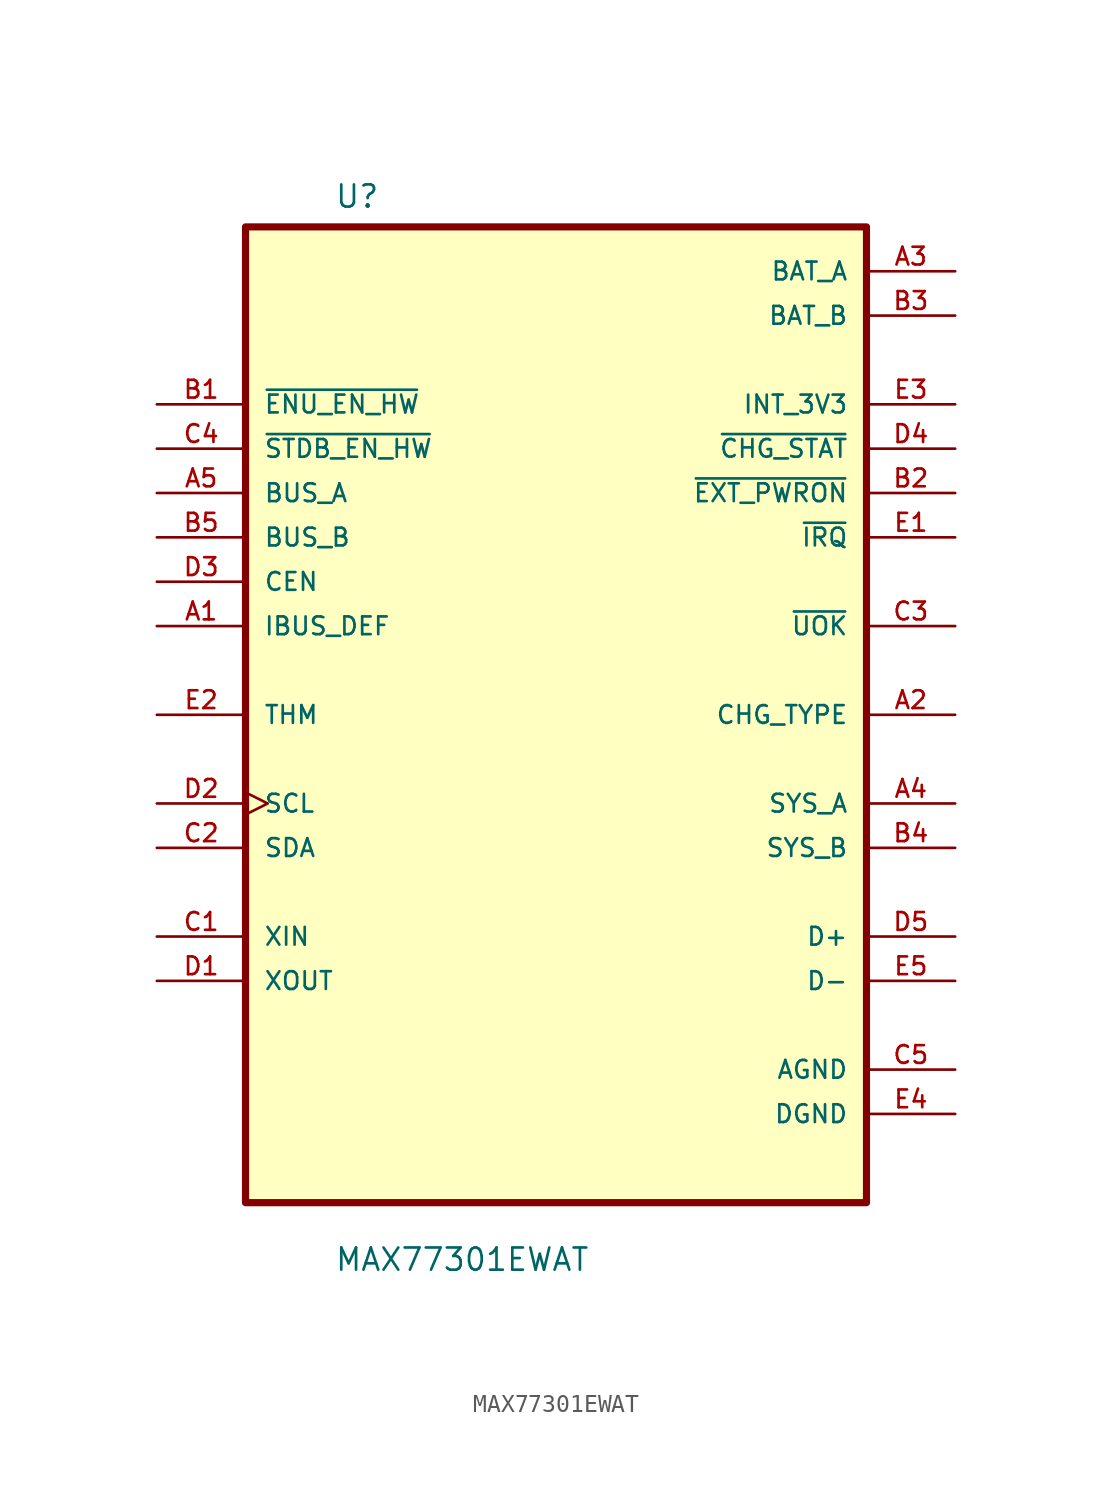
<source format=kicad_sym>
(kicad_symbol_lib
  (version 20211014)
  (generator kicad_symbol_editor)
  (symbol "MAX77301EWAT"
    (pin_names
      (offset 1.016))
    (property "Reference" "U"
      (at -12.7 28.94 0.0)
      (effects (font (size 1.27 1.27)) (justify bottom left)))
    (property "Value" "MAX77301EWAT"
      (at -12.7 -31.94 0.0)
      (effects (font (size 1.27 1.27)) (justify bottom left)))
    (symbol "MAX77301EWAT_0_0"
      (rectangle (start -17.78 -27.94) (end 17.78 27.94) (stroke (width 0.41)) (fill (type background)))
      (pin input line (at -22.86 17.78 0) (length 5.08) (name "~{ENU_EN_HW}" (effects (font (size 1.016 1.016)))) (number "B1" (effects (font (size 1.016 1.016)))))
      (pin input line (at -22.86 15.24 0) (length 5.08) (name "~{STDB_EN_HW}" (effects (font (size 1.016 1.016)))) (number "C4" (effects (font (size 1.016 1.016)))))
      (pin input line (at -22.86 12.7 0) (length 5.08) (name "BUS_A" (effects (font (size 1.016 1.016)))) (number "A5" (effects (font (size 1.016 1.016)))))
      (pin input line (at -22.86 10.16 0) (length 5.08) (name "BUS_B" (effects (font (size 1.016 1.016)))) (number "B5" (effects (font (size 1.016 1.016)))))
      (pin input line (at -22.86 7.62 0) (length 5.08) (name "CEN" (effects (font (size 1.016 1.016)))) (number "D3" (effects (font (size 1.016 1.016)))))
      (pin input line (at -22.86 5.08 0) (length 5.08) (name "IBUS_DEF" (effects (font (size 1.016 1.016)))) (number "A1" (effects (font (size 1.016 1.016)))))
      (pin input clock (at -22.86 -5.08 0) (length 5.08) (name "SCL" (effects (font (size 1.016 1.016)))) (number "D2" (effects (font (size 1.016 1.016)))))
      (pin input line (at -22.86 0.0 0) (length 5.08) (name "THM" (effects (font (size 1.016 1.016)))) (number "E2" (effects (font (size 1.016 1.016)))))
      (pin input line (at -22.86 -12.7 0) (length 5.08) (name "XIN" (effects (font (size 1.016 1.016)))) (number "C1" (effects (font (size 1.016 1.016)))))
      (pin bidirectional line (at 22.86 -12.7 180.0) (length 5.08) (name "D+" (effects (font (size 1.016 1.016)))) (number "D5" (effects (font (size 1.016 1.016)))))
      (pin bidirectional line (at 22.86 -15.24 180.0) (length 5.08) (name "D-" (effects (font (size 1.016 1.016)))) (number "E5" (effects (font (size 1.016 1.016)))))
      (pin bidirectional line (at -22.86 -7.62 0) (length 5.08) (name "SDA" (effects (font (size 1.016 1.016)))) (number "C2" (effects (font (size 1.016 1.016)))))
      (pin power_in line (at 22.86 25.4 180.0) (length 5.08) (name "BAT_A" (effects (font (size 1.016 1.016)))) (number "A3" (effects (font (size 1.016 1.016)))))
      (pin power_in line (at 22.86 22.86 180.0) (length 5.08) (name "BAT_B" (effects (font (size 1.016 1.016)))) (number "B3" (effects (font (size 1.016 1.016)))))
      (pin output line (at 22.86 15.24 180.0) (length 5.08) (name "~{CHG_STAT}" (effects (font (size 1.016 1.016)))) (number "D4" (effects (font (size 1.016 1.016)))))
      (pin output line (at 22.86 12.7 180.0) (length 5.08) (name "~{EXT_PWRON}" (effects (font (size 1.016 1.016)))) (number "B2" (effects (font (size 1.016 1.016)))))
      (pin output line (at 22.86 10.16 180.0) (length 5.08) (name "~{IRQ}" (effects (font (size 1.016 1.016)))) (number "E1" (effects (font (size 1.016 1.016)))))
      (pin output line (at 22.86 5.08 180.0) (length 5.08) (name "~{UOK}" (effects (font (size 1.016 1.016)))) (number "C3" (effects (font (size 1.016 1.016)))))
      (pin output line (at 22.86 0.0 180.0) (length 5.08) (name "CHG_TYPE" (effects (font (size 1.016 1.016)))) (number "A2" (effects (font (size 1.016 1.016)))))
      (pin output line (at 22.86 17.78 180.0) (length 5.08) (name "INT_3V3" (effects (font (size 1.016 1.016)))) (number "E3" (effects (font (size 1.016 1.016)))))
      (pin output line (at 22.86 -5.08 180.0) (length 5.08) (name "SYS_A" (effects (font (size 1.016 1.016)))) (number "A4" (effects (font (size 1.016 1.016)))))
      (pin output line (at 22.86 -7.62 180.0) (length 5.08) (name "SYS_B" (effects (font (size 1.016 1.016)))) (number "B4" (effects (font (size 1.016 1.016)))))
      (pin output line (at -22.86 -15.24 0) (length 5.08) (name "XOUT" (effects (font (size 1.016 1.016)))) (number "D1" (effects (font (size 1.016 1.016)))))
      (pin power_in line (at 22.86 -20.32 180.0) (length 5.08) (name "AGND" (effects (font (size 1.016 1.016)))) (number "C5" (effects (font (size 1.016 1.016)))))
      (pin power_in line (at 22.86 -22.86 180.0) (length 5.08) (name "DGND" (effects (font (size 1.016 1.016)))) (number "E4" (effects (font (size 1.016 1.016))))))))
</source>
